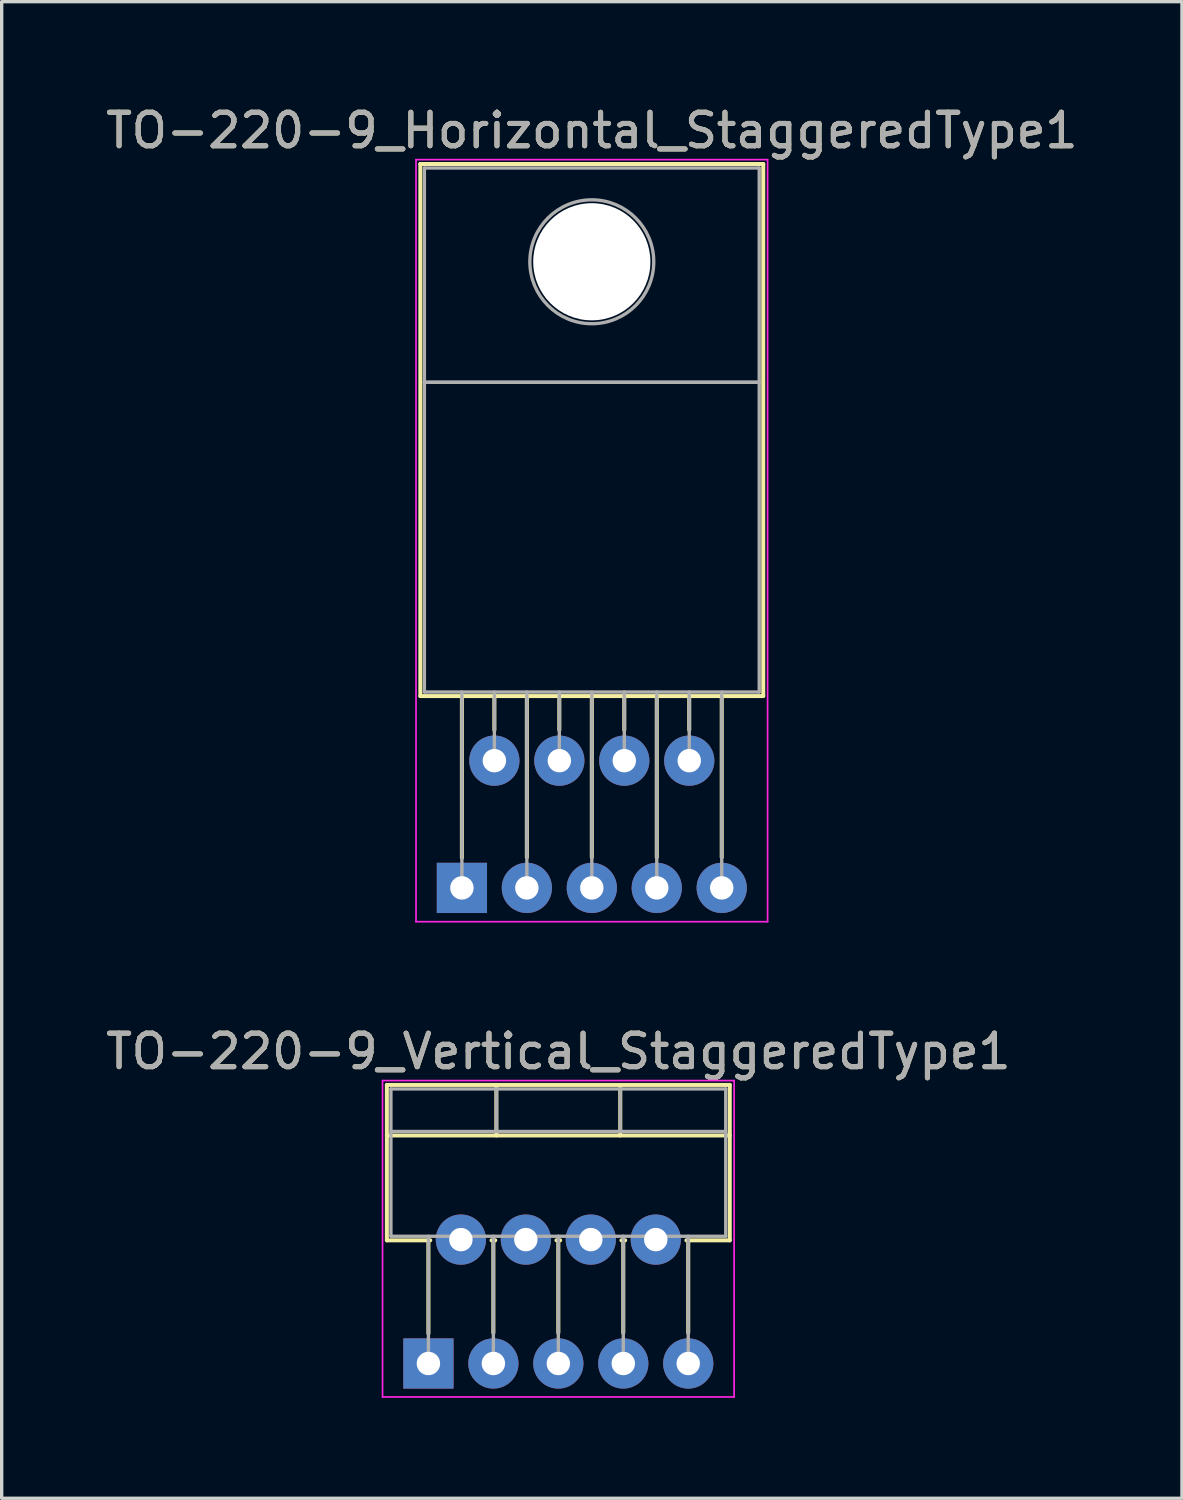
<source format=kicad_pcb>
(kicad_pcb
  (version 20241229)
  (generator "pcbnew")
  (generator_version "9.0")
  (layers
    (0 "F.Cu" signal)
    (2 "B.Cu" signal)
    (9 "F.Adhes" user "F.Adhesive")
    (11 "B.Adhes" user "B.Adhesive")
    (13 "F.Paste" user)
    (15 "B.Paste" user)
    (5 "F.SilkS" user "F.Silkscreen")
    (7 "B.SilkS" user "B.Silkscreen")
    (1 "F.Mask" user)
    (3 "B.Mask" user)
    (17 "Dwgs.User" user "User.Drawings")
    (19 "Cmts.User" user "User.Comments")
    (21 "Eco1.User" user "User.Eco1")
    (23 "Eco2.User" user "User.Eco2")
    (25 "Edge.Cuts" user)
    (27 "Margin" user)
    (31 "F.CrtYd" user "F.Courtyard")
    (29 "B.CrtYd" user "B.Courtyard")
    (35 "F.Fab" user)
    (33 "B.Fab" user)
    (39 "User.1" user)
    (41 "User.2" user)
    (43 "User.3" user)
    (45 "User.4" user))
  (footprint "TO-220-9_Horizontal_StaggeredType1"
    (layer "F.Cu")
    (at 10.745 23.468)
    (property "Reference" "TO-220-9_Horizontal_StaggeredType1" (at 3.88 -22.62 0) (layer "F.SilkS") (effects (font (size 1 1) (thickness 0.15))))
    (attr through_hole)
    (fp_line (start -1.241 -21.62) (end -1.241 -5.73) (stroke (width 0.12) (type solid)) (layer "F.SilkS"))
    (fp_line (start -1.241 -21.62) (end 9 -21.62) (stroke (width 0.12) (type solid)) (layer "F.SilkS"))
    (fp_line (start -1.241 -5.73) (end 9 -5.73) (stroke (width 0.12) (type solid)) (layer "F.SilkS"))
    (fp_line (start 0 -5.73) (end 0 -0.9) (stroke (width 0.12) (type solid)) (layer "F.SilkS"))
    (fp_line (start 0.97 -5.73) (end 0.97 -4.716) (stroke (width 0.12) (type solid)) (layer "F.SilkS"))
    (fp_line (start 1.94 -5.73) (end 1.94 -0.915) (stroke (width 0.12) (type solid)) (layer "F.SilkS"))
    (fp_line (start 2.91 -5.73) (end 2.91 -4.716) (stroke (width 0.12) (type solid)) (layer "F.SilkS"))
    (fp_line (start 3.88 -5.73) (end 3.88 -0.915) (stroke (width 0.12) (type solid)) (layer "F.SilkS"))
    (fp_line (start 4.85 -5.73) (end 4.85 -4.716) (stroke (width 0.12) (type solid)) (layer "F.SilkS"))
    (fp_line (start 5.82 -5.73) (end 5.82 -0.915) (stroke (width 0.12) (type solid)) (layer "F.SilkS"))
    (fp_line (start 6.79 -5.73) (end 6.79 -4.716) (stroke (width 0.12) (type solid)) (layer "F.SilkS"))
    (fp_line (start 7.76 -5.73) (end 7.76 -0.915) (stroke (width 0.12) (type solid)) (layer "F.SilkS"))
    (fp_line (start 9 -21.62) (end 9 -5.73) (stroke (width 0.12) (type solid)) (layer "F.SilkS"))
    (fp_line (start -1.37 -21.75) (end -1.37 1.01) (stroke (width 0.05) (type solid)) (layer "F.CrtYd"))
    (fp_line (start -1.37 1.01) (end 9.13 1.01) (stroke (width 0.05) (type solid)) (layer "F.CrtYd"))
    (fp_line (start 9.13 -21.75) (end -1.37 -21.75) (stroke (width 0.05) (type solid)) (layer "F.CrtYd"))
    (fp_line (start 9.13 1.01) (end 9.13 -21.75) (stroke (width 0.05) (type solid)) (layer "F.CrtYd"))
    (fp_line (start -1.12 -21.5) (end 8.88 -21.5) (stroke (width 0.1) (type solid)) (layer "F.Fab"))
    (fp_line (start -1.12 -15.1) (end -1.12 -21.5) (stroke (width 0.1) (type solid)) (layer "F.Fab"))
    (fp_line (start -1.12 -15.1) (end 8.88 -15.1) (stroke (width 0.1) (type solid)) (layer "F.Fab"))
    (fp_line (start -1.12 -5.85) (end -1.12 -15.1) (stroke (width 0.1) (type solid)) (layer "F.Fab"))
    (fp_line (start 0 -5.85) (end 0 0) (stroke (width 0.1) (type solid)) (layer "F.Fab"))
    (fp_line (start 0.97 -5.85) (end 0.97 -3.8) (stroke (width 0.1) (type solid)) (layer "F.Fab"))
    (fp_line (start 1.94 -5.85) (end 1.94 0) (stroke (width 0.1) (type solid)) (layer "F.Fab"))
    (fp_line (start 2.91 -5.85) (end 2.91 -3.8) (stroke (width 0.1) (type solid)) (layer "F.Fab"))
    (fp_line (start 3.88 -5.85) (end 3.88 0) (stroke (width 0.1) (type solid)) (layer "F.Fab"))
    (fp_line (start 4.85 -5.85) (end 4.85 -3.8) (stroke (width 0.1) (type solid)) (layer "F.Fab"))
    (fp_line (start 5.82 -5.85) (end 5.82 0) (stroke (width 0.1) (type solid)) (layer "F.Fab"))
    (fp_line (start 6.79 -5.85) (end 6.79 -3.8) (stroke (width 0.1) (type solid)) (layer "F.Fab"))
    (fp_line (start 7.76 -5.85) (end 7.76 0) (stroke (width 0.1) (type solid)) (layer "F.Fab"))
    (fp_line (start 8.88 -21.5) (end 8.88 -15.1) (stroke (width 0.1) (type solid)) (layer "F.Fab"))
    (fp_line (start 8.88 -15.1) (end -1.12 -15.1) (stroke (width 0.1) (type solid)) (layer "F.Fab"))
    (fp_line (start 8.88 -15.1) (end 8.88 -5.85) (stroke (width 0.1) (type solid)) (layer "F.Fab"))
    (fp_line (start 8.88 -5.85) (end -1.12 -5.85) (stroke (width 0.1) (type solid)) (layer "F.Fab"))
    (fp_circle (center 3.88 -18.7) (end 5.73 -18.7) (stroke (width 0.1) (type solid)) (fill no) (layer "F.Fab"))
    (fp_text user "${REFERENCE}" (at 3.88 -22.62 0) (layer "F.Fab") (effects (font (size 1 1) (thickness 0.15))))
    (pad "" np_thru_hole oval (at 3.88 -18.7) (size 3.5 3.5) (drill 3.5) (layers "*.Cu" "*.Mask"))
    (pad "1" thru_hole rect (at 0 0) (size 1.5 1.5) (drill 0.7) (layers "*.Cu" "*.Mask"))
    (pad "2" thru_hole oval (at 0.97 -3.8) (size 1.5 1.5) (drill 0.7) (layers "*.Cu" "*.Mask"))
    (pad "3" thru_hole oval (at 1.94 0) (size 1.5 1.5) (drill 0.7) (layers "*.Cu" "*.Mask"))
    (pad "4" thru_hole oval (at 2.91 -3.8) (size 1.5 1.5) (drill 0.7) (layers "*.Cu" "*.Mask"))
    (pad "5" thru_hole oval (at 3.88 0) (size 1.5 1.5) (drill 0.7) (layers "*.Cu" "*.Mask"))
    (pad "6" thru_hole oval (at 4.85 -3.8) (size 1.5 1.5) (drill 0.7) (layers "*.Cu" "*.Mask"))
    (pad "7" thru_hole oval (at 5.82 0) (size 1.5 1.5) (drill 0.7) (layers "*.Cu" "*.Mask"))
    (pad "8" thru_hole oval (at 6.79 -3.8) (size 1.5 1.5) (drill 0.7) (layers "*.Cu" "*.Mask"))
    (pad "9" thru_hole oval (at 7.76 0) (size 1.5 1.5) (drill 0.7) (layers "*.Cu" "*.Mask")))
  (footprint "TO-220-9_Vertical_StaggeredType1"
    (layer "F.Cu")
    (at 9.745 37.672)
    (property "Reference" "TO-220-9_Vertical_StaggeredType1" (at 3.88 -9.32 0) (layer "F.SilkS") (effects (font (size 1 1) (thickness 0.15))))
    (attr through_hole)
    (fp_line (start -1.241 -8.32) (end -1.241 -3.679) (stroke (width 0.12) (type solid)) (layer "F.SilkS"))
    (fp_line (start -1.241 -8.32) (end 9 -8.32) (stroke (width 0.12) (type solid)) (layer "F.SilkS"))
    (fp_line (start -1.241 -6.811) (end 9 -6.811) (stroke (width 0.12) (type solid)) (layer "F.SilkS"))
    (fp_line (start -1.241 -3.679) (end 0.055 -3.679) (stroke (width 0.12) (type solid)) (layer "F.SilkS"))
    (fp_line (start 0 -3.679) (end 0 -0.9) (stroke (width 0.12) (type solid)) (layer "F.SilkS"))
    (fp_line (start 1.885 -3.679) (end 1.996 -3.679) (stroke (width 0.12) (type solid)) (layer "F.SilkS"))
    (fp_line (start 1.94 -3.679) (end 1.94 -0.915) (stroke (width 0.12) (type solid)) (layer "F.SilkS"))
    (fp_line (start 2.03 -8.32) (end 2.03 -6.811) (stroke (width 0.12) (type solid)) (layer "F.SilkS"))
    (fp_line (start 3.825 -3.679) (end 3.935 -3.679) (stroke (width 0.12) (type solid)) (layer "F.SilkS"))
    (fp_line (start 3.88 -3.679) (end 3.88 -0.915) (stroke (width 0.12) (type solid)) (layer "F.SilkS"))
    (fp_line (start 5.73 -8.32) (end 5.73 -6.811) (stroke (width 0.12) (type solid)) (layer "F.SilkS"))
    (fp_line (start 5.765 -3.679) (end 5.875 -3.679) (stroke (width 0.12) (type solid)) (layer "F.SilkS"))
    (fp_line (start 5.82 -3.679) (end 5.82 -0.915) (stroke (width 0.12) (type solid)) (layer "F.SilkS"))
    (fp_line (start 7.705 -3.679) (end 9 -3.679) (stroke (width 0.12) (type solid)) (layer "F.SilkS"))
    (fp_line (start 7.76 -3.679) (end 7.76 -0.915) (stroke (width 0.12) (type solid)) (layer "F.SilkS"))
    (fp_line (start 9 -8.32) (end 9 -3.679) (stroke (width 0.12) (type solid)) (layer "F.SilkS"))
    (fp_line (start -1.37 -8.45) (end -1.37 1) (stroke (width 0.05) (type solid)) (layer "F.CrtYd"))
    (fp_line (start -1.37 1) (end 9.13 1) (stroke (width 0.05) (type solid)) (layer "F.CrtYd"))
    (fp_line (start 9.13 -8.45) (end -1.37 -8.45) (stroke (width 0.05) (type solid)) (layer "F.CrtYd"))
    (fp_line (start 9.13 1) (end 9.13 -8.45) (stroke (width 0.05) (type solid)) (layer "F.CrtYd"))
    (fp_line (start -1.12 -8.2) (end -1.12 -3.8) (stroke (width 0.1) (type solid)) (layer "F.Fab"))
    (fp_line (start -1.12 -6.93) (end 8.88 -6.93) (stroke (width 0.1) (type solid)) (layer "F.Fab"))
    (fp_line (start -1.12 -3.8) (end 8.88 -3.8) (stroke (width 0.1) (type solid)) (layer "F.Fab"))
    (fp_line (start 0 -3.8) (end 0 0) (stroke (width 0.1) (type solid)) (layer "F.Fab"))
    (fp_line (start 0.97 -3.8) (end 0.97 -3.7) (stroke (width 0.1) (type solid)) (layer "F.Fab"))
    (fp_line (start 1.94 -3.8) (end 1.94 0) (stroke (width 0.1) (type solid)) (layer "F.Fab"))
    (fp_line (start 2.03 -8.2) (end 2.03 -6.93) (stroke (width 0.1) (type solid)) (layer "F.Fab"))
    (fp_line (start 2.91 -3.8) (end 2.91 -3.7) (stroke (width 0.1) (type solid)) (layer "F.Fab"))
    (fp_line (start 3.88 -3.8) (end 3.88 0) (stroke (width 0.1) (type solid)) (layer "F.Fab"))
    (fp_line (start 4.85 -3.8) (end 4.85 -3.7) (stroke (width 0.1) (type solid)) (layer "F.Fab"))
    (fp_line (start 5.73 -8.2) (end 5.73 -6.93) (stroke (width 0.1) (type solid)) (layer "F.Fab"))
    (fp_line (start 5.82 -3.8) (end 5.82 0) (stroke (width 0.1) (type solid)) (layer "F.Fab"))
    (fp_line (start 6.79 -3.8) (end 6.79 -3.7) (stroke (width 0.1) (type solid)) (layer "F.Fab"))
    (fp_line (start 7.76 -3.8) (end 7.76 0) (stroke (width 0.1) (type solid)) (layer "F.Fab"))
    (fp_line (start 8.88 -8.2) (end -1.12 -8.2) (stroke (width 0.1) (type solid)) (layer "F.Fab"))
    (fp_line (start 8.88 -3.8) (end 8.88 -8.2) (stroke (width 0.1) (type solid)) (layer "F.Fab"))
    (fp_text user "${REFERENCE}" (at 3.88 -9.32 0) (layer "F.Fab") (effects (font (size 1 1) (thickness 0.15))))
    (pad "1" thru_hole rect (at 0 0) (size 1.5 1.5) (drill 0.7) (layers "*.Cu" "*.Mask"))
    (pad "2" thru_hole oval (at 0.97 -3.7) (size 1.5 1.5) (drill 0.7) (layers "*.Cu" "*.Mask"))
    (pad "3" thru_hole oval (at 1.94 0) (size 1.5 1.5) (drill 0.7) (layers "*.Cu" "*.Mask"))
    (pad "4" thru_hole oval (at 2.91 -3.7) (size 1.5 1.5) (drill 0.7) (layers "*.Cu" "*.Mask"))
    (pad "5" thru_hole oval (at 3.88 0) (size 1.5 1.5) (drill 0.7) (layers "*.Cu" "*.Mask"))
    (pad "6" thru_hole oval (at 4.85 -3.7) (size 1.5 1.5) (drill 0.7) (layers "*.Cu" "*.Mask"))
    (pad "7" thru_hole oval (at 5.82 0) (size 1.5 1.5) (drill 0.7) (layers "*.Cu" "*.Mask"))
    (pad "8" thru_hole oval (at 6.79 -3.7) (size 1.5 1.5) (drill 0.7) (layers "*.Cu" "*.Mask"))
    (pad "9" thru_hole oval (at 7.76 0) (size 1.5 1.5) (drill 0.7) (layers "*.Cu" "*.Mask")))
  (gr_rect
    (start -3 -3)
    (end 32.25 41.697)
    (stroke (width 0.1) (type default))
    (fill no)
    (layer "Edge.Cuts")))
</source>
